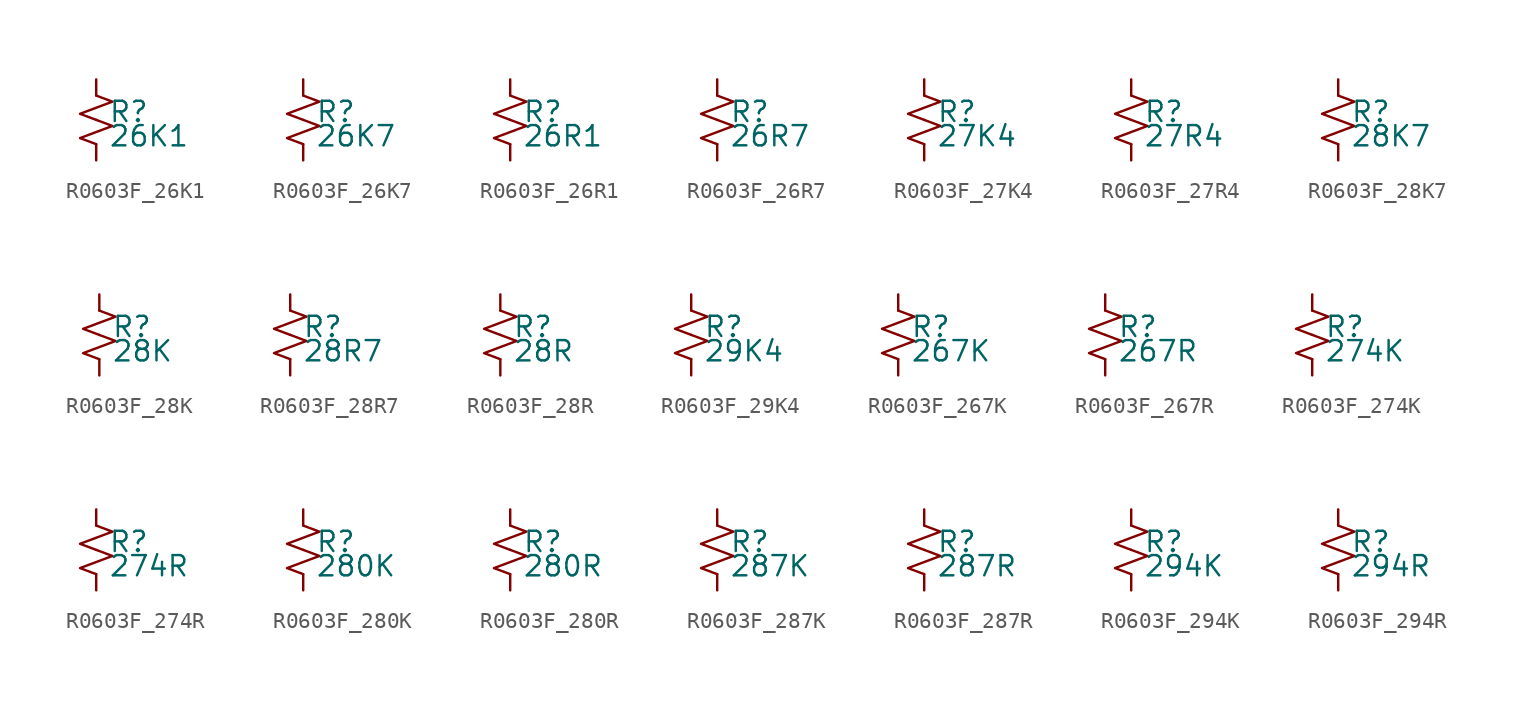
<source format=kicad_sym>
(kicad_symbol_lib
  (version 20220914)
  (generator kicad_symbol_editor)
  (symbol "R0603F_26K1"
    (pin_numbers hide)
    (pin_names
      (offset 0.254) hide)
    (property "Reference" "R"
      (at 0.762 0.508 0)
      (effects (font (size 1.27 1.27)) (justify left)))
    (property "Value" "26K1"
      (at 0.762 -1.016 0)
      (effects (font (size 1.27 1.27)) (justify left)))
    (symbol "R0603F_26K1_1_1"
      (polyline (pts (xy 0 0) (xy 1.016 -0.381) (xy 0 -0.762) (xy -1.016 -1.143) (xy 0 -1.524)) (stroke (width 0) (type default)) (fill (type none)))
      (polyline (pts (xy 0 1.524) (xy 1.016 1.143) (xy 0 0.762) (xy -1.016 0.381) (xy 0 0)) (stroke (width 0) (type default)) (fill (type none)))
      (pin passive line (at 0 2.54 270) (length 1.016) (name "~" (effects (font (size 1.27 1.27)))) (number "1" (effects (font (size 1.27 1.27)))))
      (pin passive line (at 0 -2.54 90) (length 1.016) (name "~" (effects (font (size 1.27 1.27)))) (number "2" (effects (font (size 1.27 1.27)))))))
  (symbol "R0603F_26K7"
    (pin_numbers hide)
    (pin_names
      (offset 0.254) hide)
    (property "Reference" "R"
      (at 0.762 0.508 0)
      (effects (font (size 1.27 1.27)) (justify left)))
    (property "Value" "26K7"
      (at 0.762 -1.016 0)
      (effects (font (size 1.27 1.27)) (justify left)))
    (symbol "R0603F_26K7_1_1"
      (polyline (pts (xy 0 0) (xy 1.016 -0.381) (xy 0 -0.762) (xy -1.016 -1.143) (xy 0 -1.524)) (stroke (width 0) (type default)) (fill (type none)))
      (polyline (pts (xy 0 1.524) (xy 1.016 1.143) (xy 0 0.762) (xy -1.016 0.381) (xy 0 0)) (stroke (width 0) (type default)) (fill (type none)))
      (pin passive line (at 0 2.54 270) (length 1.016) (name "~" (effects (font (size 1.27 1.27)))) (number "1" (effects (font (size 1.27 1.27)))))
      (pin passive line (at 0 -2.54 90) (length 1.016) (name "~" (effects (font (size 1.27 1.27)))) (number "2" (effects (font (size 1.27 1.27)))))))
  (symbol "R0603F_26R1"
    (pin_numbers hide)
    (pin_names
      (offset 0.254) hide)
    (property "Reference" "R"
      (at 0.762 0.508 0)
      (effects (font (size 1.27 1.27)) (justify left)))
    (property "Value" "26R1"
      (at 0.762 -1.016 0)
      (effects (font (size 1.27 1.27)) (justify left)))
    (symbol "R0603F_26R1_1_1"
      (polyline (pts (xy 0 0) (xy 1.016 -0.381) (xy 0 -0.762) (xy -1.016 -1.143) (xy 0 -1.524)) (stroke (width 0) (type default)) (fill (type none)))
      (polyline (pts (xy 0 1.524) (xy 1.016 1.143) (xy 0 0.762) (xy -1.016 0.381) (xy 0 0)) (stroke (width 0) (type default)) (fill (type none)))
      (pin passive line (at 0 2.54 270) (length 1.016) (name "~" (effects (font (size 1.27 1.27)))) (number "1" (effects (font (size 1.27 1.27)))))
      (pin passive line (at 0 -2.54 90) (length 1.016) (name "~" (effects (font (size 1.27 1.27)))) (number "2" (effects (font (size 1.27 1.27)))))))
  (symbol "R0603F_26R7"
    (pin_numbers hide)
    (pin_names
      (offset 0.254) hide)
    (property "Reference" "R"
      (at 0.762 0.508 0)
      (effects (font (size 1.27 1.27)) (justify left)))
    (property "Value" "26R7"
      (at 0.762 -1.016 0)
      (effects (font (size 1.27 1.27)) (justify left)))
    (symbol "R0603F_26R7_1_1"
      (polyline (pts (xy 0 0) (xy 1.016 -0.381) (xy 0 -0.762) (xy -1.016 -1.143) (xy 0 -1.524)) (stroke (width 0) (type default)) (fill (type none)))
      (polyline (pts (xy 0 1.524) (xy 1.016 1.143) (xy 0 0.762) (xy -1.016 0.381) (xy 0 0)) (stroke (width 0) (type default)) (fill (type none)))
      (pin passive line (at 0 2.54 270) (length 1.016) (name "~" (effects (font (size 1.27 1.27)))) (number "1" (effects (font (size 1.27 1.27)))))
      (pin passive line (at 0 -2.54 90) (length 1.016) (name "~" (effects (font (size 1.27 1.27)))) (number "2" (effects (font (size 1.27 1.27)))))))
  (symbol "R0603F_27K4"
    (pin_numbers hide)
    (pin_names
      (offset 0.254) hide)
    (property "Reference" "R"
      (at 0.762 0.508 0)
      (effects (font (size 1.27 1.27)) (justify left)))
    (property "Value" "27K4"
      (at 0.762 -1.016 0)
      (effects (font (size 1.27 1.27)) (justify left)))
    (symbol "R0603F_27K4_1_1"
      (polyline (pts (xy 0 0) (xy 1.016 -0.381) (xy 0 -0.762) (xy -1.016 -1.143) (xy 0 -1.524)) (stroke (width 0) (type default)) (fill (type none)))
      (polyline (pts (xy 0 1.524) (xy 1.016 1.143) (xy 0 0.762) (xy -1.016 0.381) (xy 0 0)) (stroke (width 0) (type default)) (fill (type none)))
      (pin passive line (at 0 2.54 270) (length 1.016) (name "~" (effects (font (size 1.27 1.27)))) (number "1" (effects (font (size 1.27 1.27)))))
      (pin passive line (at 0 -2.54 90) (length 1.016) (name "~" (effects (font (size 1.27 1.27)))) (number "2" (effects (font (size 1.27 1.27)))))))
  (symbol "R0603F_27R4"
    (pin_numbers hide)
    (pin_names
      (offset 0.254) hide)
    (property "Reference" "R"
      (at 0.762 0.508 0)
      (effects (font (size 1.27 1.27)) (justify left)))
    (property "Value" "27R4"
      (at 0.762 -1.016 0)
      (effects (font (size 1.27 1.27)) (justify left)))
    (symbol "R0603F_27R4_1_1"
      (polyline (pts (xy 0 0) (xy 1.016 -0.381) (xy 0 -0.762) (xy -1.016 -1.143) (xy 0 -1.524)) (stroke (width 0) (type default)) (fill (type none)))
      (polyline (pts (xy 0 1.524) (xy 1.016 1.143) (xy 0 0.762) (xy -1.016 0.381) (xy 0 0)) (stroke (width 0) (type default)) (fill (type none)))
      (pin passive line (at 0 2.54 270) (length 1.016) (name "~" (effects (font (size 1.27 1.27)))) (number "1" (effects (font (size 1.27 1.27)))))
      (pin passive line (at 0 -2.54 90) (length 1.016) (name "~" (effects (font (size 1.27 1.27)))) (number "2" (effects (font (size 1.27 1.27)))))))
  (symbol "R0603F_28K7"
    (pin_numbers hide)
    (pin_names
      (offset 0.254) hide)
    (property "Reference" "R"
      (at 0.762 0.508 0)
      (effects (font (size 1.27 1.27)) (justify left)))
    (property "Value" "28K7"
      (at 0.762 -1.016 0)
      (effects (font (size 1.27 1.27)) (justify left)))
    (symbol "R0603F_28K7_1_1"
      (polyline (pts (xy 0 0) (xy 1.016 -0.381) (xy 0 -0.762) (xy -1.016 -1.143) (xy 0 -1.524)) (stroke (width 0) (type default)) (fill (type none)))
      (polyline (pts (xy 0 1.524) (xy 1.016 1.143) (xy 0 0.762) (xy -1.016 0.381) (xy 0 0)) (stroke (width 0) (type default)) (fill (type none)))
      (pin passive line (at 0 2.54 270) (length 1.016) (name "~" (effects (font (size 1.27 1.27)))) (number "1" (effects (font (size 1.27 1.27)))))
      (pin passive line (at 0 -2.54 90) (length 1.016) (name "~" (effects (font (size 1.27 1.27)))) (number "2" (effects (font (size 1.27 1.27)))))))
  (symbol "R0603F_28K"
    (pin_numbers hide)
    (pin_names
      (offset 0.254) hide)
    (property "Reference" "R"
      (at 0.762 0.508 0)
      (effects (font (size 1.27 1.27)) (justify left)))
    (property "Value" "28K"
      (at 0.762 -1.016 0)
      (effects (font (size 1.27 1.27)) (justify left)))
    (symbol "R0603F_28K_1_1"
      (polyline (pts (xy 0 0) (xy 1.016 -0.381) (xy 0 -0.762) (xy -1.016 -1.143) (xy 0 -1.524)) (stroke (width 0) (type default)) (fill (type none)))
      (polyline (pts (xy 0 1.524) (xy 1.016 1.143) (xy 0 0.762) (xy -1.016 0.381) (xy 0 0)) (stroke (width 0) (type default)) (fill (type none)))
      (pin passive line (at 0 2.54 270) (length 1.016) (name "~" (effects (font (size 1.27 1.27)))) (number "1" (effects (font (size 1.27 1.27)))))
      (pin passive line (at 0 -2.54 90) (length 1.016) (name "~" (effects (font (size 1.27 1.27)))) (number "2" (effects (font (size 1.27 1.27)))))))
  (symbol "R0603F_28R7"
    (pin_numbers hide)
    (pin_names
      (offset 0.254) hide)
    (property "Reference" "R"
      (at 0.762 0.508 0)
      (effects (font (size 1.27 1.27)) (justify left)))
    (property "Value" "28R7"
      (at 0.762 -1.016 0)
      (effects (font (size 1.27 1.27)) (justify left)))
    (symbol "R0603F_28R7_1_1"
      (polyline (pts (xy 0 0) (xy 1.016 -0.381) (xy 0 -0.762) (xy -1.016 -1.143) (xy 0 -1.524)) (stroke (width 0) (type default)) (fill (type none)))
      (polyline (pts (xy 0 1.524) (xy 1.016 1.143) (xy 0 0.762) (xy -1.016 0.381) (xy 0 0)) (stroke (width 0) (type default)) (fill (type none)))
      (pin passive line (at 0 2.54 270) (length 1.016) (name "~" (effects (font (size 1.27 1.27)))) (number "1" (effects (font (size 1.27 1.27)))))
      (pin passive line (at 0 -2.54 90) (length 1.016) (name "~" (effects (font (size 1.27 1.27)))) (number "2" (effects (font (size 1.27 1.27)))))))
  (symbol "R0603F_28R"
    (pin_numbers hide)
    (pin_names
      (offset 0.254) hide)
    (property "Reference" "R"
      (at 0.762 0.508 0)
      (effects (font (size 1.27 1.27)) (justify left)))
    (property "Value" "28R"
      (at 0.762 -1.016 0)
      (effects (font (size 1.27 1.27)) (justify left)))
    (symbol "R0603F_28R_1_1"
      (polyline (pts (xy 0 0) (xy 1.016 -0.381) (xy 0 -0.762) (xy -1.016 -1.143) (xy 0 -1.524)) (stroke (width 0) (type default)) (fill (type none)))
      (polyline (pts (xy 0 1.524) (xy 1.016 1.143) (xy 0 0.762) (xy -1.016 0.381) (xy 0 0)) (stroke (width 0) (type default)) (fill (type none)))
      (pin passive line (at 0 2.54 270) (length 1.016) (name "~" (effects (font (size 1.27 1.27)))) (number "1" (effects (font (size 1.27 1.27)))))
      (pin passive line (at 0 -2.54 90) (length 1.016) (name "~" (effects (font (size 1.27 1.27)))) (number "2" (effects (font (size 1.27 1.27)))))))
  (symbol "R0603F_29K4"
    (pin_numbers hide)
    (pin_names
      (offset 0.254) hide)
    (property "Reference" "R"
      (at 0.762 0.508 0)
      (effects (font (size 1.27 1.27)) (justify left)))
    (property "Value" "29K4"
      (at 0.762 -1.016 0)
      (effects (font (size 1.27 1.27)) (justify left)))
    (symbol "R0603F_29K4_1_1"
      (polyline (pts (xy 0 0) (xy 1.016 -0.381) (xy 0 -0.762) (xy -1.016 -1.143) (xy 0 -1.524)) (stroke (width 0) (type default)) (fill (type none)))
      (polyline (pts (xy 0 1.524) (xy 1.016 1.143) (xy 0 0.762) (xy -1.016 0.381) (xy 0 0)) (stroke (width 0) (type default)) (fill (type none)))
      (pin passive line (at 0 2.54 270) (length 1.016) (name "~" (effects (font (size 1.27 1.27)))) (number "1" (effects (font (size 1.27 1.27)))))
      (pin passive line (at 0 -2.54 90) (length 1.016) (name "~" (effects (font (size 1.27 1.27)))) (number "2" (effects (font (size 1.27 1.27)))))))
  (symbol "R0603F_267K"
    (pin_numbers hide)
    (pin_names
      (offset 0.254) hide)
    (property "Reference" "R"
      (at 0.762 0.508 0)
      (effects (font (size 1.27 1.27)) (justify left)))
    (property "Value" "267K"
      (at 0.762 -1.016 0)
      (effects (font (size 1.27 1.27)) (justify left)))
    (symbol "R0603F_267K_1_1"
      (polyline (pts (xy 0 0) (xy 1.016 -0.381) (xy 0 -0.762) (xy -1.016 -1.143) (xy 0 -1.524)) (stroke (width 0) (type default)) (fill (type none)))
      (polyline (pts (xy 0 1.524) (xy 1.016 1.143) (xy 0 0.762) (xy -1.016 0.381) (xy 0 0)) (stroke (width 0) (type default)) (fill (type none)))
      (pin passive line (at 0 2.54 270) (length 1.016) (name "~" (effects (font (size 1.27 1.27)))) (number "1" (effects (font (size 1.27 1.27)))))
      (pin passive line (at 0 -2.54 90) (length 1.016) (name "~" (effects (font (size 1.27 1.27)))) (number "2" (effects (font (size 1.27 1.27)))))))
  (symbol "R0603F_267R"
    (pin_numbers hide)
    (pin_names
      (offset 0.254) hide)
    (property "Reference" "R"
      (at 0.762 0.508 0)
      (effects (font (size 1.27 1.27)) (justify left)))
    (property "Value" "267R"
      (at 0.762 -1.016 0)
      (effects (font (size 1.27 1.27)) (justify left)))
    (symbol "R0603F_267R_1_1"
      (polyline (pts (xy 0 0) (xy 1.016 -0.381) (xy 0 -0.762) (xy -1.016 -1.143) (xy 0 -1.524)) (stroke (width 0) (type default)) (fill (type none)))
      (polyline (pts (xy 0 1.524) (xy 1.016 1.143) (xy 0 0.762) (xy -1.016 0.381) (xy 0 0)) (stroke (width 0) (type default)) (fill (type none)))
      (pin passive line (at 0 2.54 270) (length 1.016) (name "~" (effects (font (size 1.27 1.27)))) (number "1" (effects (font (size 1.27 1.27)))))
      (pin passive line (at 0 -2.54 90) (length 1.016) (name "~" (effects (font (size 1.27 1.27)))) (number "2" (effects (font (size 1.27 1.27)))))))
  (symbol "R0603F_274K"
    (pin_numbers hide)
    (pin_names
      (offset 0.254) hide)
    (property "Reference" "R"
      (at 0.762 0.508 0)
      (effects (font (size 1.27 1.27)) (justify left)))
    (property "Value" "274K"
      (at 0.762 -1.016 0)
      (effects (font (size 1.27 1.27)) (justify left)))
    (symbol "R0603F_274K_1_1"
      (polyline (pts (xy 0 0) (xy 1.016 -0.381) (xy 0 -0.762) (xy -1.016 -1.143) (xy 0 -1.524)) (stroke (width 0) (type default)) (fill (type none)))
      (polyline (pts (xy 0 1.524) (xy 1.016 1.143) (xy 0 0.762) (xy -1.016 0.381) (xy 0 0)) (stroke (width 0) (type default)) (fill (type none)))
      (pin passive line (at 0 2.54 270) (length 1.016) (name "~" (effects (font (size 1.27 1.27)))) (number "1" (effects (font (size 1.27 1.27)))))
      (pin passive line (at 0 -2.54 90) (length 1.016) (name "~" (effects (font (size 1.27 1.27)))) (number "2" (effects (font (size 1.27 1.27)))))))
  (symbol "R0603F_274R"
    (pin_numbers hide)
    (pin_names
      (offset 0.254) hide)
    (property "Reference" "R"
      (at 0.762 0.508 0)
      (effects (font (size 1.27 1.27)) (justify left)))
    (property "Value" "274R"
      (at 0.762 -1.016 0)
      (effects (font (size 1.27 1.27)) (justify left)))
    (symbol "R0603F_274R_1_1"
      (polyline (pts (xy 0 0) (xy 1.016 -0.381) (xy 0 -0.762) (xy -1.016 -1.143) (xy 0 -1.524)) (stroke (width 0) (type default)) (fill (type none)))
      (polyline (pts (xy 0 1.524) (xy 1.016 1.143) (xy 0 0.762) (xy -1.016 0.381) (xy 0 0)) (stroke (width 0) (type default)) (fill (type none)))
      (pin passive line (at 0 2.54 270) (length 1.016) (name "~" (effects (font (size 1.27 1.27)))) (number "1" (effects (font (size 1.27 1.27)))))
      (pin passive line (at 0 -2.54 90) (length 1.016) (name "~" (effects (font (size 1.27 1.27)))) (number "2" (effects (font (size 1.27 1.27)))))))
  (symbol "R0603F_280K"
    (pin_numbers hide)
    (pin_names
      (offset 0.254) hide)
    (property "Reference" "R"
      (at 0.762 0.508 0)
      (effects (font (size 1.27 1.27)) (justify left)))
    (property "Value" "280K"
      (at 0.762 -1.016 0)
      (effects (font (size 1.27 1.27)) (justify left)))
    (symbol "R0603F_280K_1_1"
      (polyline (pts (xy 0 0) (xy 1.016 -0.381) (xy 0 -0.762) (xy -1.016 -1.143) (xy 0 -1.524)) (stroke (width 0) (type default)) (fill (type none)))
      (polyline (pts (xy 0 1.524) (xy 1.016 1.143) (xy 0 0.762) (xy -1.016 0.381) (xy 0 0)) (stroke (width 0) (type default)) (fill (type none)))
      (pin passive line (at 0 2.54 270) (length 1.016) (name "~" (effects (font (size 1.27 1.27)))) (number "1" (effects (font (size 1.27 1.27)))))
      (pin passive line (at 0 -2.54 90) (length 1.016) (name "~" (effects (font (size 1.27 1.27)))) (number "2" (effects (font (size 1.27 1.27)))))))
  (symbol "R0603F_280R"
    (pin_numbers hide)
    (pin_names
      (offset 0.254) hide)
    (property "Reference" "R"
      (at 0.762 0.508 0)
      (effects (font (size 1.27 1.27)) (justify left)))
    (property "Value" "280R"
      (at 0.762 -1.016 0)
      (effects (font (size 1.27 1.27)) (justify left)))
    (symbol "R0603F_280R_1_1"
      (polyline (pts (xy 0 0) (xy 1.016 -0.381) (xy 0 -0.762) (xy -1.016 -1.143) (xy 0 -1.524)) (stroke (width 0) (type default)) (fill (type none)))
      (polyline (pts (xy 0 1.524) (xy 1.016 1.143) (xy 0 0.762) (xy -1.016 0.381) (xy 0 0)) (stroke (width 0) (type default)) (fill (type none)))
      (pin passive line (at 0 2.54 270) (length 1.016) (name "~" (effects (font (size 1.27 1.27)))) (number "1" (effects (font (size 1.27 1.27)))))
      (pin passive line (at 0 -2.54 90) (length 1.016) (name "~" (effects (font (size 1.27 1.27)))) (number "2" (effects (font (size 1.27 1.27)))))))
  (symbol "R0603F_287K"
    (pin_numbers hide)
    (pin_names
      (offset 0.254) hide)
    (property "Reference" "R"
      (at 0.762 0.508 0)
      (effects (font (size 1.27 1.27)) (justify left)))
    (property "Value" "287K"
      (at 0.762 -1.016 0)
      (effects (font (size 1.27 1.27)) (justify left)))
    (symbol "R0603F_287K_1_1"
      (polyline (pts (xy 0 0) (xy 1.016 -0.381) (xy 0 -0.762) (xy -1.016 -1.143) (xy 0 -1.524)) (stroke (width 0) (type default)) (fill (type none)))
      (polyline (pts (xy 0 1.524) (xy 1.016 1.143) (xy 0 0.762) (xy -1.016 0.381) (xy 0 0)) (stroke (width 0) (type default)) (fill (type none)))
      (pin passive line (at 0 2.54 270) (length 1.016) (name "~" (effects (font (size 1.27 1.27)))) (number "1" (effects (font (size 1.27 1.27)))))
      (pin passive line (at 0 -2.54 90) (length 1.016) (name "~" (effects (font (size 1.27 1.27)))) (number "2" (effects (font (size 1.27 1.27)))))))
  (symbol "R0603F_287R"
    (pin_numbers hide)
    (pin_names
      (offset 0.254) hide)
    (property "Reference" "R"
      (at 0.762 0.508 0)
      (effects (font (size 1.27 1.27)) (justify left)))
    (property "Value" "287R"
      (at 0.762 -1.016 0)
      (effects (font (size 1.27 1.27)) (justify left)))
    (symbol "R0603F_287R_1_1"
      (polyline (pts (xy 0 0) (xy 1.016 -0.381) (xy 0 -0.762) (xy -1.016 -1.143) (xy 0 -1.524)) (stroke (width 0) (type default)) (fill (type none)))
      (polyline (pts (xy 0 1.524) (xy 1.016 1.143) (xy 0 0.762) (xy -1.016 0.381) (xy 0 0)) (stroke (width 0) (type default)) (fill (type none)))
      (pin passive line (at 0 2.54 270) (length 1.016) (name "~" (effects (font (size 1.27 1.27)))) (number "1" (effects (font (size 1.27 1.27)))))
      (pin passive line (at 0 -2.54 90) (length 1.016) (name "~" (effects (font (size 1.27 1.27)))) (number "2" (effects (font (size 1.27 1.27)))))))
  (symbol "R0603F_294K"
    (pin_numbers hide)
    (pin_names
      (offset 0.254) hide)
    (property "Reference" "R"
      (at 0.762 0.508 0)
      (effects (font (size 1.27 1.27)) (justify left)))
    (property "Value" "294K"
      (at 0.762 -1.016 0)
      (effects (font (size 1.27 1.27)) (justify left)))
    (symbol "R0603F_294K_1_1"
      (polyline (pts (xy 0 0) (xy 1.016 -0.381) (xy 0 -0.762) (xy -1.016 -1.143) (xy 0 -1.524)) (stroke (width 0) (type default)) (fill (type none)))
      (polyline (pts (xy 0 1.524) (xy 1.016 1.143) (xy 0 0.762) (xy -1.016 0.381) (xy 0 0)) (stroke (width 0) (type default)) (fill (type none)))
      (pin passive line (at 0 2.54 270) (length 1.016) (name "~" (effects (font (size 1.27 1.27)))) (number "1" (effects (font (size 1.27 1.27)))))
      (pin passive line (at 0 -2.54 90) (length 1.016) (name "~" (effects (font (size 1.27 1.27)))) (number "2" (effects (font (size 1.27 1.27)))))))
  (symbol "R0603F_294R"
    (pin_numbers hide)
    (pin_names
      (offset 0.254) hide)
    (property "Reference" "R"
      (at 0.762 0.508 0)
      (effects (font (size 1.27 1.27)) (justify left)))
    (property "Value" "294R"
      (at 0.762 -1.016 0)
      (effects (font (size 1.27 1.27)) (justify left)))
    (symbol "R0603F_294R_1_1"
      (polyline (pts (xy 0 0) (xy 1.016 -0.381) (xy 0 -0.762) (xy -1.016 -1.143) (xy 0 -1.524)) (stroke (width 0) (type default)) (fill (type none)))
      (polyline (pts (xy 0 1.524) (xy 1.016 1.143) (xy 0 0.762) (xy -1.016 0.381) (xy 0 0)) (stroke (width 0) (type default)) (fill (type none)))
      (pin passive line (at 0 2.54 270) (length 1.016) (name "~" (effects (font (size 1.27 1.27)))) (number "1" (effects (font (size 1.27 1.27)))))
      (pin passive line (at 0 -2.54 90) (length 1.016) (name "~" (effects (font (size 1.27 1.27)))) (number "2" (effects (font (size 1.27 1.27))))))))
</source>
